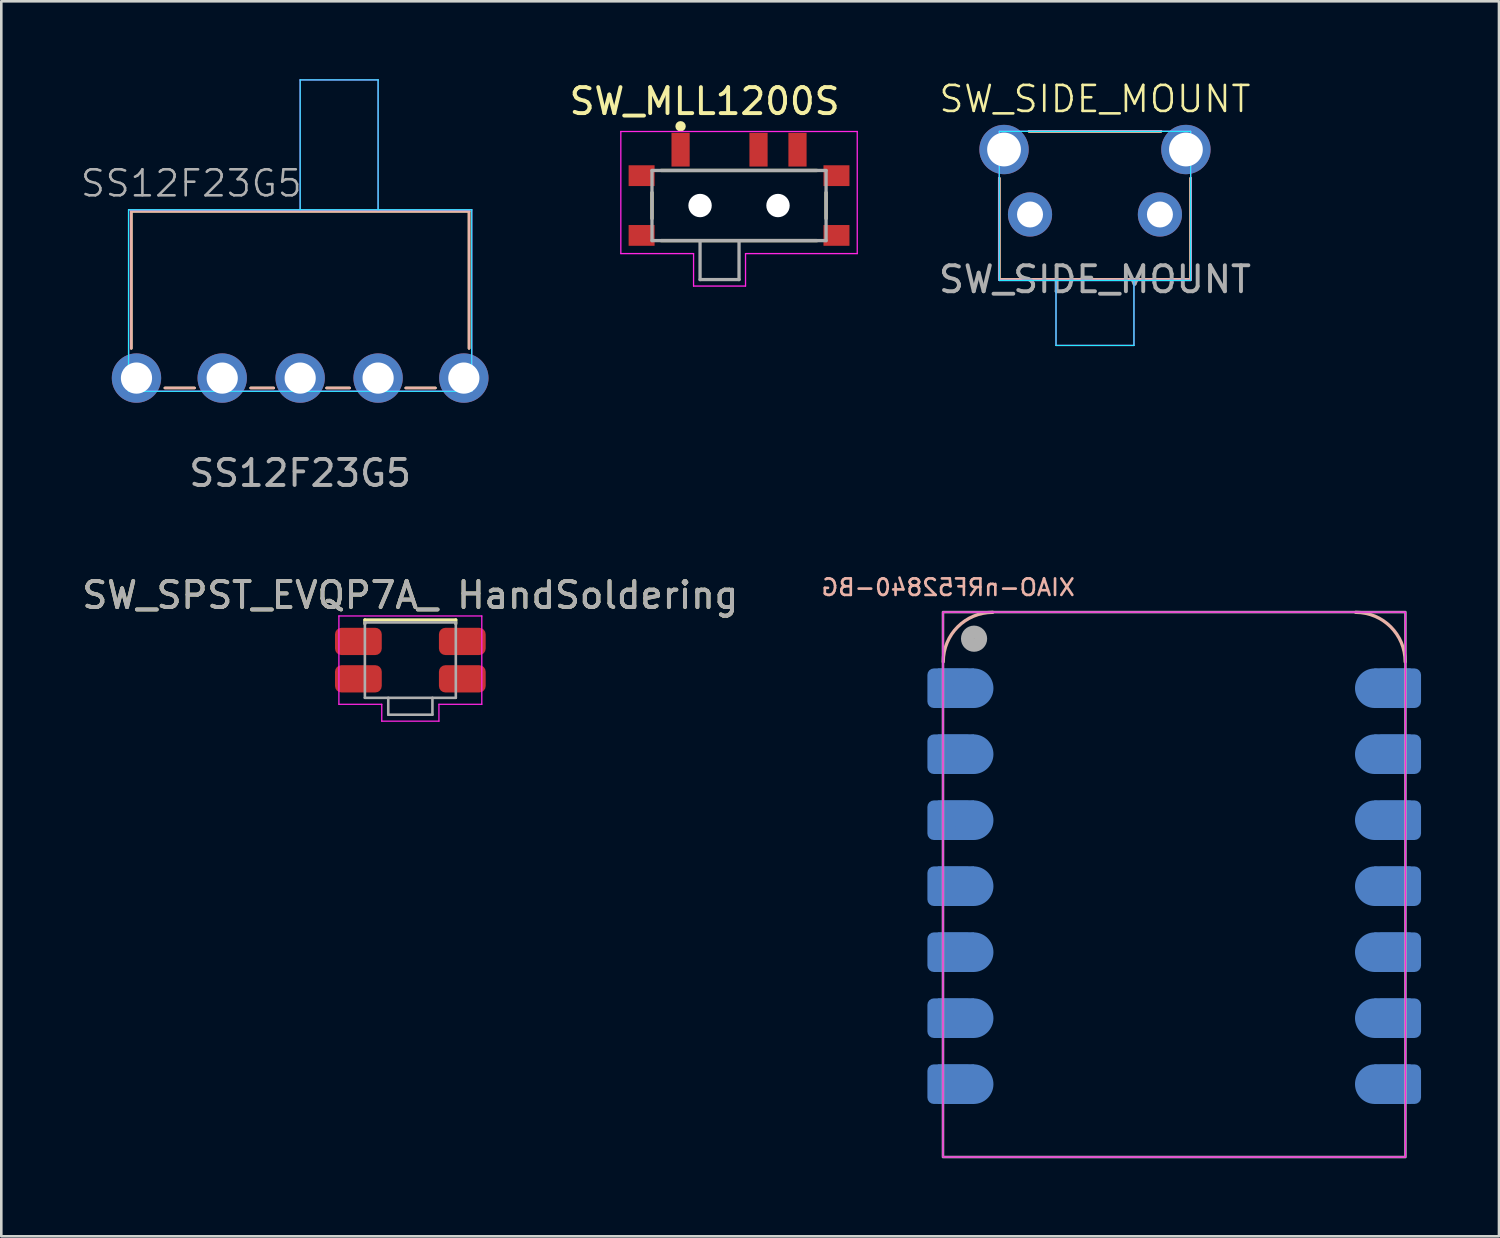
<source format=kicad_pcb>
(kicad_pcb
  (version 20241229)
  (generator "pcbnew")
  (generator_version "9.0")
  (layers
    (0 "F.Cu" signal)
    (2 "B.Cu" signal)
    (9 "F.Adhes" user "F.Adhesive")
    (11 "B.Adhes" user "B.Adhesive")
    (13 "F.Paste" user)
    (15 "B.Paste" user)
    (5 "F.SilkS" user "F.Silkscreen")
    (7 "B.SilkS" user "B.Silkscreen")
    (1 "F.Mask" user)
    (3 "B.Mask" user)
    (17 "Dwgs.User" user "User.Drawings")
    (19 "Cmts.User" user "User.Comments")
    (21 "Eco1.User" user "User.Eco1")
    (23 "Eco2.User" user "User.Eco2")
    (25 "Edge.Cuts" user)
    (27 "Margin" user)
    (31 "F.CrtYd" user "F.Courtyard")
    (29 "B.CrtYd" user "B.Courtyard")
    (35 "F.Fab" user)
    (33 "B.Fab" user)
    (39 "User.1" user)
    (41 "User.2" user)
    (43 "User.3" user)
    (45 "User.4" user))
  (footprint "XIAO-nRF52840-BG"
    (layer "F.Cu")
    (at 42.145 31.059)
    (property "Reference" "XIAO-nRF52840-BG" (at -8.7 -11.5 0) (unlocked yes) (layer "B.SilkS") (effects (font (size 0.635 0.635) (thickness 0.102)) (justify mirror)))
    (attr smd)
    (fp_arc (start -8.89 -8.636) (mid -8.332038 -9.983038) (end -6.985 -10.541) (stroke (width 0.127) (type solid)) (layer "B.SilkS"))
    (fp_arc (start 6.985 -10.541) (mid 8.332038 -9.983038) (end 8.89 -8.636) (stroke (width 0.127) (type solid)) (layer "B.SilkS"))
    (fp_rect (start -8.9 -10.55) (end 8.9 10.425) (stroke (width 0.05) (type default)) (fill no) (layer "F.CrtYd"))
    (fp_rect (start -8.9 -10.55) (end 8.9 10.425) (stroke (width 0.1) (type default)) (fill no) (layer "F.Fab"))
    (fp_circle (center -7.704 -9.526) (end -7.704 -9.78) (stroke (width 0.5) (type solid)) (fill no) (layer "F.Fab"))
    (pad "1" smd roundrect (at -8.6 -7.62) (size 1.8 1.524) (layers "B.Cu" "B.Mask" "B.Paste") (roundrect_rratio 0.164))
    (pad "1" smd rect (at -8.4 -7.62) (size 1.4 1.524) (layers "B.Cu" "B.Mask" "B.Paste"))
    (pad "1" smd circle (at -7.72 -7.62) (size 1.524 1.524) (layers "B.Cu" "B.Mask" "B.Paste"))
    (pad "2" smd roundrect (at -8.6 -5.08) (size 1.8 1.524) (layers "B.Cu" "B.Mask" "B.Paste") (roundrect_rratio 0.164))
    (pad "2" smd rect (at -8.4 -5.08) (size 1.4 1.524) (layers "B.Cu" "B.Mask" "B.Paste"))
    (pad "2" smd circle (at -7.72 -5.08) (size 1.524 1.524) (layers "B.Cu" "B.Mask" "B.Paste"))
    (pad "3" smd roundrect (at -8.6 -2.54) (size 1.8 1.524) (layers "B.Cu" "B.Mask" "B.Paste") (roundrect_rratio 0.164))
    (pad "3" smd rect (at -8.4 -2.54) (size 1.4 1.524) (layers "B.Cu" "B.Mask" "B.Paste"))
    (pad "3" smd circle (at -7.72 -2.54) (size 1.524 1.524) (layers "B.Cu" "B.Mask" "B.Paste"))
    (pad "4" smd roundrect (at -8.6 0) (size 1.8 1.524) (layers "B.Cu" "B.Mask" "B.Paste") (roundrect_rratio 0.164))
    (pad "4" smd rect (at -8.4 0) (size 1.4 1.524) (layers "B.Cu" "B.Mask" "B.Paste"))
    (pad "4" smd circle (at -7.72 0) (size 1.524 1.524) (layers "B.Cu" "B.Mask" "B.Paste"))
    (pad "5" smd roundrect (at -8.6 2.54) (size 1.8 1.524) (layers "B.Cu" "B.Mask" "B.Paste") (roundrect_rratio 0.164))
    (pad "5" smd rect (at -8.4 2.54) (size 1.4 1.524) (layers "B.Cu" "B.Mask" "B.Paste"))
    (pad "5" smd circle (at -7.72 2.54) (size 1.524 1.524) (layers "B.Cu" "B.Mask" "B.Paste"))
    (pad "6" smd roundrect (at -8.6 5.08) (size 1.8 1.524) (layers "B.Cu" "B.Mask" "B.Paste") (roundrect_rratio 0.164))
    (pad "6" smd rect (at -8.4 5.08) (size 1.4 1.524) (layers "B.Cu" "B.Mask" "B.Paste"))
    (pad "6" smd circle (at -7.72 5.08) (size 1.524 1.524) (layers "B.Cu" "B.Mask" "B.Paste"))
    (pad "7" smd roundrect (at -8.6 7.62) (size 1.8 1.524) (layers "B.Cu" "B.Mask" "B.Paste") (roundrect_rratio 0.164))
    (pad "7" smd rect (at -8.4 7.62) (size 1.4 1.524) (layers "B.Cu" "B.Mask" "B.Paste"))
    (pad "7" smd circle (at -7.72 7.62) (size 1.524 1.524) (layers "B.Cu" "B.Mask" "B.Paste"))
    (pad "8" smd circle (at 7.72 7.62) (size 1.524 1.524) (layers "B.Cu" "B.Mask" "B.Paste"))
    (pad "8" smd rect (at 8.4 7.62) (size 1.4 1.524) (layers "B.Cu" "B.Mask" "B.Paste"))
    (pad "8" smd roundrect (at 8.6 7.62) (size 1.8 1.524) (layers "B.Cu" "B.Mask" "B.Paste") (roundrect_rratio 0.164))
    (pad "9" smd circle (at 7.72 5.08) (size 1.524 1.524) (layers "B.Cu" "B.Mask" "B.Paste"))
    (pad "9" smd rect (at 8.4 5.08) (size 1.4 1.524) (layers "B.Cu" "B.Mask" "B.Paste"))
    (pad "9" smd roundrect (at 8.6 5.08) (size 1.8 1.524) (layers "B.Cu" "B.Mask" "B.Paste") (roundrect_rratio 0.164))
    (pad "10" smd circle (at 7.72 2.54) (size 1.524 1.524) (layers "B.Cu" "B.Mask" "B.Paste"))
    (pad "10" smd rect (at 8.4 2.54) (size 1.4 1.524) (layers "B.Cu" "B.Mask" "B.Paste"))
    (pad "10" smd roundrect (at 8.6 2.54) (size 1.8 1.524) (layers "B.Cu" "B.Mask" "B.Paste") (roundrect_rratio 0.164))
    (pad "11" smd circle (at 7.72 0) (size 1.524 1.524) (layers "B.Cu" "B.Mask" "B.Paste"))
    (pad "11" smd rect (at 8.4 0) (size 1.4 1.524) (layers "B.Cu" "B.Mask" "B.Paste"))
    (pad "11" smd roundrect (at 8.6 0) (size 1.8 1.524) (layers "B.Cu" "B.Mask" "B.Paste") (roundrect_rratio 0.164))
    (pad "12" smd circle (at 7.72 -2.54) (size 1.524 1.524) (layers "B.Cu" "B.Mask" "B.Paste"))
    (pad "12" smd rect (at 8.4 -2.54) (size 1.4 1.524) (layers "B.Cu" "B.Mask" "B.Paste"))
    (pad "12" smd roundrect (at 8.6 -2.54) (size 1.8 1.524) (layers "B.Cu" "B.Mask" "B.Paste") (roundrect_rratio 0.164))
    (pad "13" smd circle (at 7.72 -5.08) (size 1.524 1.524) (layers "B.Cu" "B.Mask" "B.Paste"))
    (pad "13" smd rect (at 8.4 -5.08) (size 1.4 1.524) (layers "B.Cu" "B.Mask" "B.Paste"))
    (pad "13" smd roundrect (at 8.6 -5.08) (size 1.8 1.524) (layers "B.Cu" "B.Mask" "B.Paste") (roundrect_rratio 0.164))
    (pad "14" smd circle (at 7.72 -7.62) (size 1.524 1.524) (layers "B.Cu" "B.Mask" "B.Paste"))
    (pad "14" smd rect (at 8.4 -7.62) (size 1.4 1.524) (layers "B.Cu" "B.Mask" "B.Paste"))
    (pad "14" smd roundrect (at 8.6 -7.62) (size 1.8 1.524) (layers "B.Cu" "B.Mask" "B.Paste") (roundrect_rratio 0.164)))
  (footprint "SW_SPST_EVQP7A_ HandSoldering"
    (layer "F.Cu")
    (at 12.744 22.358)
    (property "Reference" "SW_SPST_EVQP7A_ HandSoldering" (at 0 -2.5 0) (layer "F.SilkS") (effects (font (size 1 1) (thickness 0.15))))
    (attr smd)
    (fp_line (start -1.75 -1.55) (end -1.75 -1.4) (stroke (width 0.12) (type default)) (layer "F.SilkS"))
    (fp_line (start -1.75 -1.55) (end 1.75 -1.55) (stroke (width 0.12) (type solid)) (layer "F.SilkS"))
    (fp_line (start 1.75 -1.55) (end 1.75 -1.4) (stroke (width 0.12) (type solid)) (layer "F.SilkS"))
    (fp_line (start -2.75 -1.7) (end 2.75 -1.7) (stroke (width 0.05) (type solid)) (layer "F.CrtYd"))
    (fp_line (start -2.75 1.7) (end -2.75 -1.7) (stroke (width 0.05) (type solid)) (layer "F.CrtYd"))
    (fp_line (start -1.1 1.7) (end -2.75 1.7) (stroke (width 0.05) (type solid)) (layer "F.CrtYd"))
    (fp_line (start -1.1 2.35) (end -1.1 1.7) (stroke (width 0.05) (type solid)) (layer "F.CrtYd"))
    (fp_line (start 1.1 1.7) (end 1.1 2.35) (stroke (width 0.05) (type solid)) (layer "F.CrtYd"))
    (fp_line (start 1.1 2.35) (end -1.1 2.35) (stroke (width 0.05) (type solid)) (layer "F.CrtYd"))
    (fp_line (start 2.75 -1.7) (end 2.75 1.7) (stroke (width 0.05) (type solid)) (layer "F.CrtYd"))
    (fp_line (start 2.75 1.7) (end 1.1 1.7) (stroke (width 0.05) (type solid)) (layer "F.CrtYd"))
    (fp_line (start -1.75 -1.45) (end 1.75 -1.45) (stroke (width 0.1) (type solid)) (layer "F.Fab"))
    (fp_line (start -1.75 1.45) (end -1.75 -1.45) (stroke (width 0.1) (type solid)) (layer "F.Fab"))
    (fp_line (start -0.85 2.1) (end -0.85 1.45) (stroke (width 0.1) (type solid)) (layer "F.Fab"))
    (fp_line (start -0.85 2.1) (end 0.85 2.1) (stroke (width 0.1) (type solid)) (layer "F.Fab"))
    (fp_line (start 0.85 2.1) (end 0.85 1.45) (stroke (width 0.1) (type solid)) (layer "F.Fab"))
    (fp_line (start 1.75 -1.45) (end 1.75 1.45) (stroke (width 0.1) (type solid)) (layer "F.Fab"))
    (fp_line (start 1.75 1.45) (end -1.75 1.45) (stroke (width 0.1) (type solid)) (layer "F.Fab"))
    (fp_text user "${REFERENCE}" (at 0 -2.5 0) (layer "F.Fab") (effects (font (size 1 1) (thickness 0.15))))
    (pad "1" smd roundrect (at -2 -0.72) (size 1.8 1.05) (layers "F.Cu" "F.Mask" "F.Paste") (roundrect_rratio 0.238))
    (pad "1" smd roundrect (at 2 -0.72) (size 1.8 1.05) (layers "F.Cu" "F.Mask" "F.Paste") (roundrect_rratio 0.238))
    (pad "2" smd roundrect (at -2 0.72) (size 1.8 1.05) (layers "F.Cu" "F.Mask" "F.Paste") (roundrect_rratio 0.238))
    (pad "2" smd roundrect (at 2 0.72) (size 1.8 1.05) (layers "F.Cu" "F.Mask" "F.Paste") (roundrect_rratio 0.238)))
  (footprint "SS12F23G5"
    (layer "F.Cu")
    (at 8.503 11.502)
    (property "Reference" "SS12F23G5" (at -4.191 -7.493 0) (unlocked yes) (layer "F.Fab") (effects (font (size 1 1) (thickness 0.1))))
    (attr smd)
    (fp_line (start -6.5 -1.143) (end -6.5 -6.419) (stroke (width 0.1) (type solid)) (layer "F.SilkS"))
    (fp_line (start -4.064 0.381) (end -5.207 0.381) (stroke (width 0.1) (type solid)) (layer "F.SilkS"))
    (fp_line (start -1.016 0.381) (end -1.905 0.381) (stroke (width 0.1) (type solid)) (layer "F.SilkS"))
    (fp_line (start 1.905 0.381) (end 1.016 0.381) (stroke (width 0.1) (type solid)) (layer "F.SilkS"))
    (fp_line (start 5.207 0.381) (end 4.064 0.381) (stroke (width 0.1) (type solid)) (layer "F.SilkS"))
    (fp_line (start 6.5 -6.419) (end -6.5 -6.419) (stroke (width 0.1) (type default)) (layer "F.SilkS"))
    (fp_line (start 6.5 -1.143) (end 6.5 -6.419) (stroke (width 0.1) (type solid)) (layer "F.SilkS"))
    (fp_line (start -6.5 -6.419) (end 6.5 -6.419) (stroke (width 0.1) (type default)) (layer "B.SilkS"))
    (fp_line (start -6.5 -1.143) (end -6.5 -6.419) (stroke (width 0.1) (type solid)) (layer "B.SilkS"))
    (fp_line (start -5.207 0.381) (end -4.064 0.381) (stroke (width 0.1) (type solid)) (layer "B.SilkS"))
    (fp_line (start -1.905 0.381) (end -1.016 0.381) (stroke (width 0.1) (type solid)) (layer "B.SilkS"))
    (fp_line (start 1.016 0.381) (end 1.905 0.381) (stroke (width 0.1) (type solid)) (layer "B.SilkS"))
    (fp_line (start 4.064 0.381) (end 5.207 0.381) (stroke (width 0.1) (type solid)) (layer "B.SilkS"))
    (fp_line (start 6.5 -1.143) (end 6.5 -6.419) (stroke (width 0.1) (type solid)) (layer "B.SilkS"))
    (fp_line (start -6.604 -6.477) (end 6.604 -6.477) (stroke (width 0.05) (type default)) (layer "B.CrtYd"))
    (fp_line (start -6.604 0.508) (end -6.604 -6.477) (stroke (width 0.05) (type default)) (layer "B.CrtYd"))
    (fp_line (start 0 -11.477) (end 0 -6.477) (stroke (width 0.05) (type solid)) (layer "B.CrtYd"))
    (fp_line (start 3 -11.477) (end 0 -11.477) (stroke (width 0.05) (type solid)) (layer "B.CrtYd"))
    (fp_line (start 3 -6.477) (end 3 -11.477) (stroke (width 0.05) (type solid)) (layer "B.CrtYd"))
    (fp_line (start 6.604 -6.477) (end 6.604 0.508) (stroke (width 0.05) (type default)) (layer "B.CrtYd"))
    (fp_line (start 6.604 0.508) (end -6.604 0.508) (stroke (width 0.05) (type default)) (layer "B.CrtYd"))
    (fp_line (start -6.604 -6.477) (end -6.604 0.508) (stroke (width 0.05) (type default)) (layer "F.CrtYd"))
    (fp_line (start -6.604 0.508) (end 6.604 0.508) (stroke (width 0.05) (type default)) (layer "F.CrtYd"))
    (fp_line (start 0 -11.477) (end 3 -11.477) (stroke (width 0.05) (type solid)) (layer "F.CrtYd"))
    (fp_line (start 0 -6.477) (end 0 -11.477) (stroke (width 0.05) (type solid)) (layer "F.CrtYd"))
    (fp_line (start 3 -11.477) (end 3 -6.477) (stroke (width 0.05) (type solid)) (layer "F.CrtYd"))
    (fp_line (start 6.604 -6.477) (end -6.604 -6.477) (stroke (width 0.05) (type default)) (layer "F.CrtYd"))
    (fp_line (start 6.604 0.508) (end 6.604 -6.477) (stroke (width 0.05) (type default)) (layer "F.CrtYd"))
    (fp_text user "${REFERENCE}" (at 0 3.659 0) (unlocked yes) (layer "F.Fab") (effects (font (size 1 1) (thickness 0.15))))
    (pad "1" thru_hole circle (at -3 0 180) (size 1.9 1.9) (drill 1.2) (layers "*.Cu" "*.Mask"))
    (pad "2" thru_hole circle (at 0 0 180) (size 1.9 1.9) (drill 1.2) (layers "*.Cu" "*.Mask"))
    (pad "3" thru_hole circle (at 3 0 180) (size 1.9 1.9) (drill 1.2) (layers "*.Cu" "*.Mask"))
    (pad "4" thru_hole circle (at 6.3 0 180) (size 1.9 1.9) (drill 1.2) (layers "*.Cu" "*.Mask"))
    (pad "5" thru_hole circle (at -6.3 0 180) (size 1.9 1.9) (drill 1.2) (layers "*.Cu" "*.Mask")))
  (footprint "SW_MLL1200S"
    (layer "F.Cu")
    (at 25.395 4.861)
    (property "Reference" "SW_MLL1200S" (at -1.325 -4.013 0) (layer "F.SilkS") (effects (font (size 1 1) (thickness 0.15))))
    (attr smd)
    (fp_line (start -3.35 -0.5) (end -3.35 0.5) (stroke (width 0.127) (type solid)) (layer "F.SilkS"))
    (fp_line (start -3 -1.35) (end 3 -1.35) (stroke (width 0.127) (type solid)) (layer "F.SilkS"))
    (fp_line (start -3 1.35) (end 3 1.35) (stroke (width 0.127) (type solid)) (layer "F.SilkS"))
    (fp_line (start 3.35 -0.5) (end 3.35 0.5) (stroke (width 0.127) (type solid)) (layer "F.SilkS"))
    (fp_circle (center -2.25 -3.05) (end -2.15 -3.05) (stroke (width 0.2) (type solid)) (fill no) (layer "F.SilkS"))
    (fp_line (start -4.55 -2.85) (end -4.55 1.85) (stroke (width 0.05) (type solid)) (layer "F.CrtYd"))
    (fp_line (start -4.55 1.85) (end -1.75 1.85) (stroke (width 0.05) (type solid)) (layer "F.CrtYd"))
    (fp_line (start -1.75 1.85) (end -1.75 3.1) (stroke (width 0.05) (type solid)) (layer "F.CrtYd"))
    (fp_line (start -1.75 3.1) (end 0.25 3.1) (stroke (width 0.05) (type solid)) (layer "F.CrtYd"))
    (fp_line (start 0.25 1.85) (end 4.55 1.85) (stroke (width 0.05) (type solid)) (layer "F.CrtYd"))
    (fp_line (start 0.25 3.1) (end 0.25 1.85) (stroke (width 0.05) (type solid)) (layer "F.CrtYd"))
    (fp_line (start 4.55 -2.85) (end -4.55 -2.85) (stroke (width 0.05) (type solid)) (layer "F.CrtYd"))
    (fp_line (start 4.55 1.85) (end 4.55 -2.85) (stroke (width 0.05) (type solid)) (layer "F.CrtYd"))
    (fp_line (start -3.35 -1.35) (end 3.35 -1.35) (stroke (width 0.127) (type solid)) (layer "F.Fab"))
    (fp_line (start -3.35 1.35) (end -3.35 -1.35) (stroke (width 0.127) (type solid)) (layer "F.Fab"))
    (fp_line (start -1.5 1.35) (end -1.5 2.85) (stroke (width 0.127) (type solid)) (layer "F.Fab"))
    (fp_line (start -1.5 2.85) (end 0 2.85) (stroke (width 0.127) (type solid)) (layer "F.Fab"))
    (fp_line (start 0 2.85) (end 0 1.35) (stroke (width 0.127) (type solid)) (layer "F.Fab"))
    (fp_line (start 3.35 -1.35) (end 3.35 1.35) (stroke (width 0.127) (type solid)) (layer "F.Fab"))
    (fp_line (start 3.35 1.35) (end -3.35 1.35) (stroke (width 0.127) (type solid)) (layer "F.Fab"))
    (pad "" np_thru_hole circle (at -1.5 0) (size 0.9 0.9) (drill 0.9) (layers "*.Cu" "*.Mask"))
    (pad "" np_thru_hole circle (at 1.5 0) (size 0.9 0.9) (drill 0.9) (layers "*.Cu" "*.Mask"))
    (pad "1" smd rect (at -2.25 -2.15) (size 0.7 1.3) (layers "F.Cu" "F.Mask" "F.Paste"))
    (pad "2" smd rect (at 0.75 -2.15) (size 0.7 1.3) (layers "F.Cu" "F.Mask" "F.Paste"))
    (pad "3" smd rect (at 2.25 -2.15) (size 0.7 1.3) (layers "F.Cu" "F.Mask" "F.Paste"))
    (pad "G1" smd rect (at -3.75 -1.15) (size 1 0.8) (layers "F.Cu" "F.Mask" "F.Paste"))
    (pad "G2" smd rect (at 3.75 -1.15) (size 1 0.8) (layers "F.Cu" "F.Mask" "F.Paste"))
    (pad "G3" smd rect (at -3.75 1.15) (size 1 0.8) (layers "F.Cu" "F.Mask" "F.Paste"))
    (pad "G4" smd rect (at 3.75 1.15) (size 1 0.8) (layers "F.Cu" "F.Mask" "F.Paste")))
  (footprint "SW_SIDE_MOUNT"
    (layer "F.Cu")
    (at 39.095 5.205)
    (property "Reference" "SW_SIDE_MOUNT" (at 0 -4.445 0) (unlocked yes) (layer "F.SilkS") (effects (font (size 1 1) (thickness 0.1))))
    (attr smd)
    (fp_line (start -3.683 -1.397) (end -3.683 2.5) (stroke (width 0.1) (type solid)) (layer "F.SilkS"))
    (fp_line (start -3.683 2.5) (end 3.683 2.5) (stroke (width 0.1) (type default)) (layer "F.SilkS"))
    (fp_line (start 2.54 -3.2) (end -2.54 -3.2) (stroke (width 0.1) (type solid)) (layer "F.SilkS"))
    (fp_line (start 3.683 -1.397) (end 3.683 2.5) (stroke (width 0.1) (type solid)) (layer "F.SilkS"))
    (fp_line (start -3.683 -1.397) (end -3.683 2.5) (stroke (width 0.1) (type solid)) (layer "B.SilkS"))
    (fp_line (start -2.54 -3.2) (end 2.54 -3.2) (stroke (width 0.1) (type solid)) (layer "B.SilkS"))
    (fp_line (start 3.683 -1.397) (end 3.683 2.5) (stroke (width 0.1) (type solid)) (layer "B.SilkS"))
    (fp_line (start 3.683 2.5) (end -3.683 2.5) (stroke (width 0.1) (type default)) (layer "B.SilkS"))
    (fp_line (start -3.683 -3.2) (end 3.683 -3.2) (stroke (width 0.05) (type default)) (layer "B.CrtYd"))
    (fp_line (start -3.683 2.54) (end -3.683 -3.2) (stroke (width 0.05) (type default)) (layer "B.CrtYd"))
    (fp_line (start -1.5 2.54) (end -1.5 5.04) (stroke (width 0.05) (type solid)) (layer "B.CrtYd"))
    (fp_line (start -1.5 5.04) (end 1.5 5.04) (stroke (width 0.05) (type solid)) (layer "B.CrtYd"))
    (fp_line (start 1.5 5.04) (end 1.5 2.54) (stroke (width 0.05) (type solid)) (layer "B.CrtYd"))
    (fp_line (start 3.683 -3.2) (end 3.683 2.54) (stroke (width 0.05) (type default)) (layer "B.CrtYd"))
    (fp_line (start 3.683 2.54) (end -3.683 2.54) (stroke (width 0.05) (type default)) (layer "B.CrtYd"))
    (fp_line (start -3.683 -3.2) (end -3.683 2.54) (stroke (width 0.05) (type default)) (layer "F.CrtYd"))
    (fp_line (start -3.683 2.54) (end 3.683 2.54) (stroke (width 0.05) (type default)) (layer "F.CrtYd"))
    (fp_line (start -1.5 5.04) (end -1.5 2.54) (stroke (width 0.05) (type solid)) (layer "F.CrtYd"))
    (fp_line (start 1.5 2.54) (end 1.5 5.04) (stroke (width 0.05) (type solid)) (layer "F.CrtYd"))
    (fp_line (start 1.5 5.04) (end -1.5 5.04) (stroke (width 0.05) (type solid)) (layer "F.CrtYd"))
    (fp_line (start 3.683 -3.2) (end -3.683 -3.2) (stroke (width 0.05) (type default)) (layer "F.CrtYd"))
    (fp_line (start 3.683 2.54) (end 3.683 -3.2) (stroke (width 0.05) (type default)) (layer "F.CrtYd"))
    (fp_text user "${REFERENCE}" (at 0 2.5 0) (unlocked yes) (layer "F.Fab") (effects (font (size 1 1) (thickness 0.15))))
    (pad "1" thru_hole circle (at -2.5 0) (size 1.7 1.7) (drill 1) (layers "*.Cu" "*.Mask"))
    (pad "2" thru_hole circle (at 2.5 0) (size 1.7 1.7) (drill 1) (layers "*.Cu" "*.Mask"))
    (pad "3" thru_hole circle (at -3.5 -2.5) (size 1.9 1.9) (drill 1.3) (layers "*.Cu" "*.Mask"))
    (pad "4" thru_hole circle (at 3.5 -2.5) (size 1.9 1.9) (drill 1.3) (layers "*.Cu" "*.Mask")))
  (gr_rect
    (start -3 -3)
    (end 54.645 44.534)
    (stroke (width 0.1) (type default))
    (fill no)
    (layer "Edge.Cuts")))
</source>
